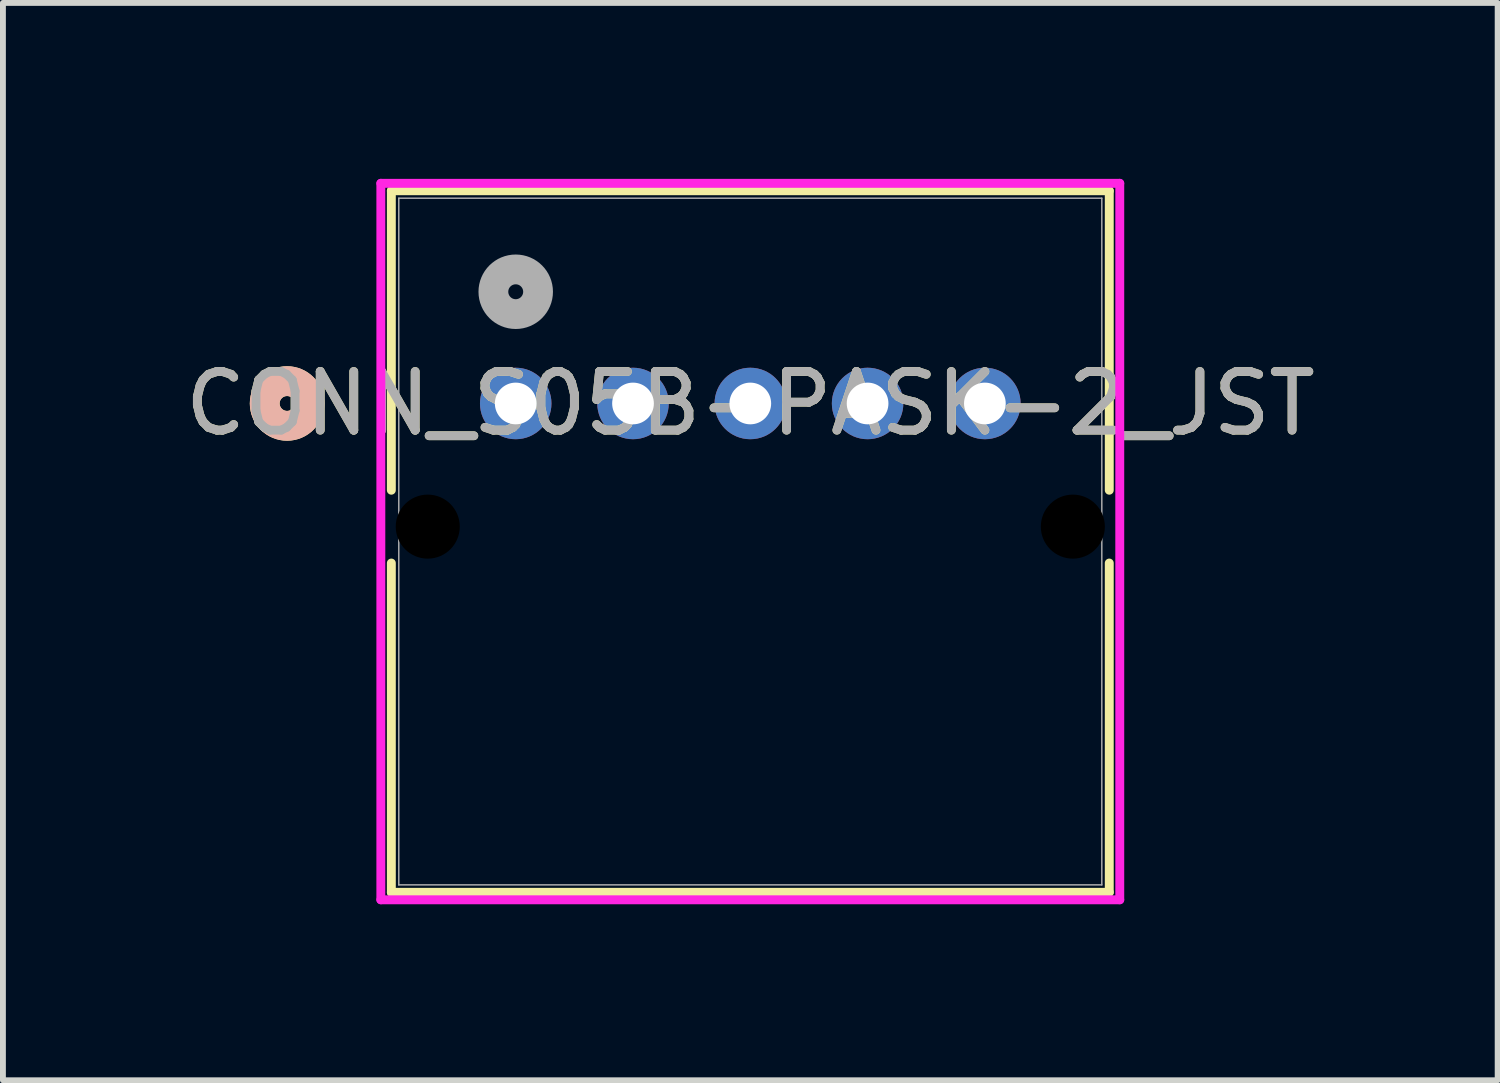
<source format=kicad_pcb>
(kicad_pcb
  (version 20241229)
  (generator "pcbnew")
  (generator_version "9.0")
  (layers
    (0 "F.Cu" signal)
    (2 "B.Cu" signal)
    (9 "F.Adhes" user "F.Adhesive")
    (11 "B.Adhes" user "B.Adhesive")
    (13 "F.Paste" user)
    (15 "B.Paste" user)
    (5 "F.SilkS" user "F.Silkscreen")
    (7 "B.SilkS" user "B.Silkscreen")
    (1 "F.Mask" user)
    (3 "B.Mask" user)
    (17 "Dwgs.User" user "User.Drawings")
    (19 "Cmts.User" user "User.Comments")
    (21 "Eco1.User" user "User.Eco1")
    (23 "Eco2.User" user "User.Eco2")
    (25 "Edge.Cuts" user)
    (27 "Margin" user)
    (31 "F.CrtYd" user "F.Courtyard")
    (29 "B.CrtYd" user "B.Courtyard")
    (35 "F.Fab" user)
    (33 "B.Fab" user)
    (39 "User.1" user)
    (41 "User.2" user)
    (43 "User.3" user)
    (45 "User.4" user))
  (footprint "CONN_S05B-PASK-2_JST"
    (layer "F.Cu")
    (at 5.744 3.83)
    (property "Reference" "CONN_S05B-PASK-2_JST" (at 4 0 0) (unlocked yes) (layer "F.SilkS") (effects (font (size 1 1) (thickness 0.15))))
    (attr through_hole)
    (fp_line (start -2.121 -3.627) (end -2.121 1.479) (stroke (width 0.152) (type solid)) (layer "F.SilkS"))
    (fp_line (start -2.121 2.721) (end -2.121 8.336) (stroke (width 0.152) (type solid)) (layer "F.SilkS"))
    (fp_line (start -2.121 8.336) (end 10.121 8.336) (stroke (width 0.152) (type solid)) (layer "F.SilkS"))
    (fp_line (start 10.121 -3.627) (end -2.121 -3.627) (stroke (width 0.152) (type solid)) (layer "F.SilkS"))
    (fp_line (start 10.121 1.479) (end 10.121 -3.627) (stroke (width 0.152) (type solid)) (layer "F.SilkS"))
    (fp_line (start 10.121 8.336) (end 10.121 2.721) (stroke (width 0.152) (type solid)) (layer "F.SilkS"))
    (fp_circle (center -3.899 0) (end -3.518 0) (stroke (width 0.508) (type solid)) (fill no) (layer "F.SilkS"))
    (fp_circle (center -3.899 0) (end -3.518 0) (stroke (width 0.508) (type solid)) (fill no) (layer "B.SilkS"))
    (fp_line (start -2.3 -3.754) (end -2.3 8.463) (stroke (width 0.152) (type solid)) (layer "F.CrtYd"))
    (fp_line (start -2.3 8.463) (end 10.3 8.463) (stroke (width 0.152) (type solid)) (layer "F.CrtYd"))
    (fp_line (start 10.3 -3.754) (end -2.3 -3.754) (stroke (width 0.152) (type solid)) (layer "F.CrtYd"))
    (fp_line (start 10.3 8.463) (end 10.3 -3.754) (stroke (width 0.152) (type solid)) (layer "F.CrtYd"))
    (fp_line (start -1.994 -3.5) (end -1.994 8.209) (stroke (width 0.025) (type solid)) (layer "F.Fab"))
    (fp_line (start -1.994 8.209) (end 9.994 8.209) (stroke (width 0.025) (type solid)) (layer "F.Fab"))
    (fp_line (start 9.994 -3.5) (end -1.994 -3.5) (stroke (width 0.025) (type solid)) (layer "F.Fab"))
    (fp_line (start 9.994 8.209) (end 9.994 -3.5) (stroke (width 0.025) (type solid)) (layer "F.Fab"))
    (fp_circle (center 0 -1.905) (end 0.381 -1.905) (stroke (width 0.508) (type solid)) (fill no) (layer "F.Fab"))
    (fp_text user "${REFERENCE}" (at 4 0 0) (unlocked yes) (layer "F.Fab") (effects (font (size 1 1) (thickness 0.15))))
    (pad "" np_thru_hole circle (at -1.5 2.1) (size 1.092 1.092) (drill 1.092) (layers))
    (pad "" np_thru_hole circle (at 9.5 2.1) (size 1.092 1.092) (drill 1.092) (layers))
    (pad "1" thru_hole circle (at 0 0) (size 1.219 1.219) (drill 0.711) (layers "*.Cu" "*.Mask"))
    (pad "2" thru_hole circle (at 2 0) (size 1.219 1.219) (drill 0.711) (layers "*.Cu" "*.Mask"))
    (pad "3" thru_hole circle (at 4 0) (size 1.219 1.219) (drill 0.711) (layers "*.Cu" "*.Mask"))
    (pad "4" thru_hole circle (at 6 0) (size 1.219 1.219) (drill 0.711) (layers "*.Cu" "*.Mask"))
    (pad "5" thru_hole circle (at 8 0) (size 1.219 1.219) (drill 0.711) (layers "*.Cu" "*.Mask")))
  (gr_rect
    (start -3 -3)
    (end 22.488 15.37)
    (stroke (width 0.1) (type default))
    (fill no)
    (layer "Edge.Cuts")))
</source>
